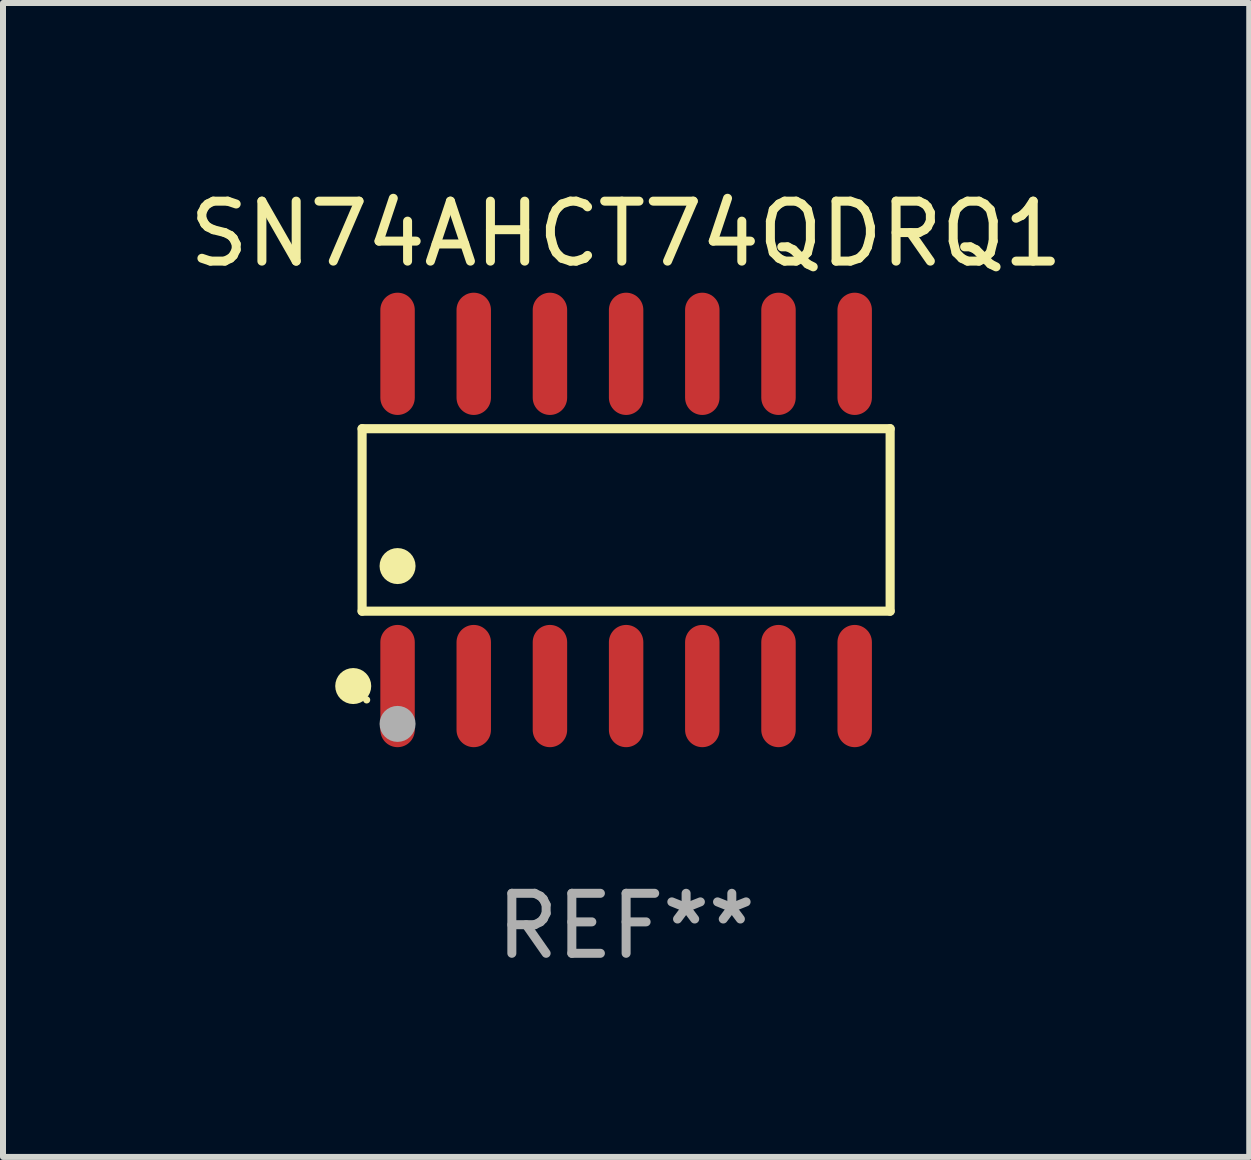
<source format=kicad_pcb>
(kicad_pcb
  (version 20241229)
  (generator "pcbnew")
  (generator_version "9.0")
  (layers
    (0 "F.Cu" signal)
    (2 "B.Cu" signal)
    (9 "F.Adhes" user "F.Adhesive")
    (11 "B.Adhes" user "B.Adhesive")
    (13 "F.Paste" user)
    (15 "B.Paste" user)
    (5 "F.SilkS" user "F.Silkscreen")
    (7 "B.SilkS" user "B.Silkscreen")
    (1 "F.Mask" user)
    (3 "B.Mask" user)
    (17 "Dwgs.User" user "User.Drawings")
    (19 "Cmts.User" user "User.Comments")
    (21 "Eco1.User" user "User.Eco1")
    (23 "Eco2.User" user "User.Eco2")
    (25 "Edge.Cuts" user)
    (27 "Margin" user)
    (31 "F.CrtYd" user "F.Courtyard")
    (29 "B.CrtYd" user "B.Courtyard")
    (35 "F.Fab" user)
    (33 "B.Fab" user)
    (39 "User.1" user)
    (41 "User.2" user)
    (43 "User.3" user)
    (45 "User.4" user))
  (footprint "SN74AHCT74QDRQ1"
    (layer "F.Cu")
    (at 7.387 5.617)
    (property "Reference" "SN74AHCT74QDRQ1" (at 0 -4.769 0) (layer "F.SilkS") (effects (font (size 1 1) (thickness 0.15))))
    (attr through_hole)
    (fp_line (start -4.401 -1.521) (end 4.401 -1.521) (stroke (width 0.152) (type solid)) (layer "F.SilkS"))
    (fp_line (start -4.401 1.521) (end -4.401 -1.521) (stroke (width 0.152) (type solid)) (layer "F.SilkS"))
    (fp_line (start 4.401 -1.521) (end 4.401 1.521) (stroke (width 0.152) (type solid)) (layer "F.SilkS"))
    (fp_line (start 4.401 1.521) (end -4.401 1.521) (stroke (width 0.152) (type solid)) (layer "F.SilkS"))
    (fp_circle (center -4.549 2.769) (end -4.399 2.769) (stroke (width 0.3) (type solid)) (fill no) (layer "F.SilkS"))
    (fp_circle (center -4.325 3) (end -4.295 3) (stroke (width 0.06) (type solid)) (fill no) (layer "F.SilkS"))
    (fp_circle (center -3.81 0.769) (end -3.66 0.769) (stroke (width 0.3) (type solid)) (fill no) (layer "F.SilkS"))
    (fp_circle (center -3.81 3.4) (end -3.66 3.4) (stroke (width 0.3) (type solid)) (fill no) (layer "F.Fab"))
    (fp_text user "REF**" (at 0 6.769 0) (layer "F.Fab") (effects (font (size 1 1) (thickness 0.15))))
    (pad "1" smd oval (at -3.81 2.769) (size 0.574 2.038) (layers "F.Cu" "F.Mask" "F.Paste"))
    (pad "2" smd oval (at -2.54 2.769) (size 0.574 2.038) (layers "F.Cu" "F.Mask" "F.Paste"))
    (pad "3" smd oval (at -1.27 2.769) (size 0.574 2.038) (layers "F.Cu" "F.Mask" "F.Paste"))
    (pad "4" smd oval (at 0 2.769) (size 0.574 2.038) (layers "F.Cu" "F.Mask" "F.Paste"))
    (pad "5" smd oval (at 1.27 2.769) (size 0.574 2.038) (layers "F.Cu" "F.Mask" "F.Paste"))
    (pad "6" smd oval (at 2.54 2.769) (size 0.574 2.038) (layers "F.Cu" "F.Mask" "F.Paste"))
    (pad "7" smd oval (at 3.81 2.769) (size 0.574 2.038) (layers "F.Cu" "F.Mask" "F.Paste"))
    (pad "8" smd oval (at 3.81 -2.769) (size 0.574 2.038) (layers "F.Cu" "F.Mask" "F.Paste"))
    (pad "9" smd oval (at 2.54 -2.769) (size 0.574 2.038) (layers "F.Cu" "F.Mask" "F.Paste"))
    (pad "10" smd oval (at 1.27 -2.769) (size 0.574 2.038) (layers "F.Cu" "F.Mask" "F.Paste"))
    (pad "11" smd oval (at 0 -2.769) (size 0.574 2.038) (layers "F.Cu" "F.Mask" "F.Paste"))
    (pad "12" smd oval (at -1.27 -2.769) (size 0.574 2.038) (layers "F.Cu" "F.Mask" "F.Paste"))
    (pad "13" smd oval (at -2.54 -2.769) (size 0.574 2.038) (layers "F.Cu" "F.Mask" "F.Paste"))
    (pad "14" smd oval (at -3.81 -2.769) (size 0.574 2.038) (layers "F.Cu" "F.Mask" "F.Paste")))
  (gr_rect
    (start -3 -3)
    (end 17.774 16.235)
    (stroke (width 0.1) (type default))
    (fill no)
    (layer "Edge.Cuts")))
</source>
